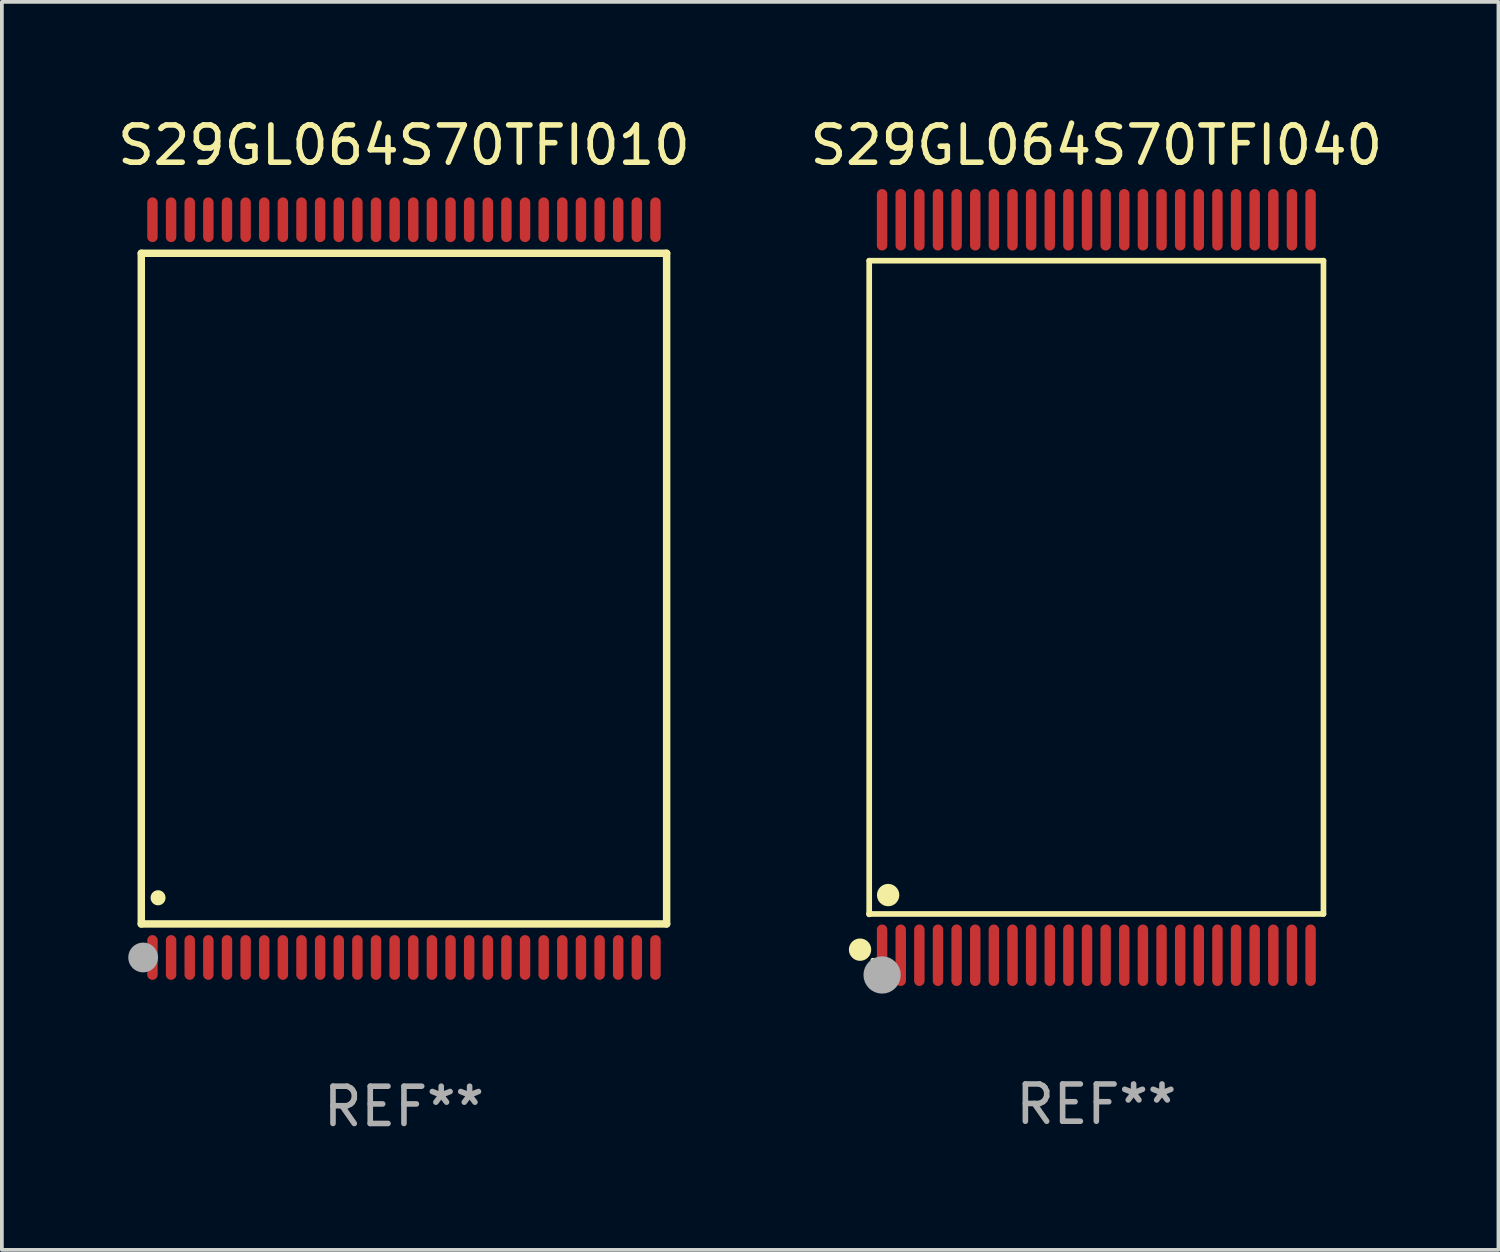
<source format=kicad_pcb>
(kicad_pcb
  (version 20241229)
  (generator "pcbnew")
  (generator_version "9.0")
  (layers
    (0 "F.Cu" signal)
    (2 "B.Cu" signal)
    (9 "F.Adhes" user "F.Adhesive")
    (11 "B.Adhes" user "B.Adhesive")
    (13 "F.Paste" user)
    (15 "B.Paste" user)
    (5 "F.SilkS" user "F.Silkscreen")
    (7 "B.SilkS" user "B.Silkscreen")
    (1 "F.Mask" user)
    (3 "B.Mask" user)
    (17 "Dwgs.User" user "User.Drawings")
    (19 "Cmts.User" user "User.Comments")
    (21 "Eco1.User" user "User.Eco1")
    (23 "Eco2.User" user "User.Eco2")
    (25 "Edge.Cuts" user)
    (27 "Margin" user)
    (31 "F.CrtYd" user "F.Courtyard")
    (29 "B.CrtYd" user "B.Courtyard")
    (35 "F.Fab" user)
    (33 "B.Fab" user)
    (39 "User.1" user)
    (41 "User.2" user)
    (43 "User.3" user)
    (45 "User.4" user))
  (footprint "S29GL064S70TFI010"
    (layer "F.Cu")
    (at 7.792 12.748)
    (property "Reference" "S29GL064S70TFI010" (at 0 -11.9 0) (layer "F.SilkS") (effects (font (size 1 1) (thickness 0.15))))
    (attr through_hole)
    (fp_line (start -7.05 -9) (end 7.05 -9) (stroke (width 0.2) (type solid)) (layer "F.SilkS"))
    (fp_line (start -7.05 9) (end -7.05 -9) (stroke (width 0.2) (type solid)) (layer "F.SilkS"))
    (fp_line (start 7.05 9) (end -7.05 9) (stroke (width 0.2) (type solid)) (layer "F.SilkS"))
    (fp_line (start 7.05 9) (end 7.05 -9) (stroke (width 0.2) (type solid)) (layer "F.SilkS"))
    (fp_arc (start -6.600025 8.300025) (mid -6.600041 8.297485) (end -6.600025 8.294945) (stroke (width 0.4) (type solid)) (layer "F.SilkS"))
    (fp_circle (center -7 10) (end -6.97 10) (stroke (width 0.06) (type solid)) (fill no) (layer "F.SilkS"))
    (fp_circle (center -7 9.9) (end -6.8 9.9) (stroke (width 0.4) (type solid)) (fill no) (layer "F.Fab"))
    (fp_text user "REF**" (at 0 13.9 0) (layer "F.Fab") (effects (font (size 1 1) (thickness 0.15))))
    (pad "1" smd oval (at -6.75 9.9) (size 0.28 1.2) (layers "F.Cu" "F.Mask" "F.Paste"))
    (pad "2" smd oval (at -6.25 9.9) (size 0.28 1.2) (layers "F.Cu" "F.Mask" "F.Paste"))
    (pad "3" smd oval (at -5.75 9.9) (size 0.28 1.2) (layers "F.Cu" "F.Mask" "F.Paste"))
    (pad "4" smd oval (at -5.25 9.9) (size 0.28 1.2) (layers "F.Cu" "F.Mask" "F.Paste"))
    (pad "5" smd oval (at -4.75 9.9) (size 0.28 1.2) (layers "F.Cu" "F.Mask" "F.Paste"))
    (pad "6" smd oval (at -4.25 9.9) (size 0.28 1.2) (layers "F.Cu" "F.Mask" "F.Paste"))
    (pad "7" smd oval (at -3.75 9.9) (size 0.28 1.2) (layers "F.Cu" "F.Mask" "F.Paste"))
    (pad "8" smd oval (at -3.25 9.9) (size 0.28 1.2) (layers "F.Cu" "F.Mask" "F.Paste"))
    (pad "9" smd oval (at -2.75 9.9) (size 0.28 1.2) (layers "F.Cu" "F.Mask" "F.Paste"))
    (pad "10" smd oval (at -2.25 9.9) (size 0.28 1.2) (layers "F.Cu" "F.Mask" "F.Paste"))
    (pad "11" smd oval (at -1.75 9.9) (size 0.28 1.2) (layers "F.Cu" "F.Mask" "F.Paste"))
    (pad "12" smd oval (at -1.25 9.9) (size 0.28 1.2) (layers "F.Cu" "F.Mask" "F.Paste"))
    (pad "13" smd oval (at -0.75 9.9) (size 0.28 1.2) (layers "F.Cu" "F.Mask" "F.Paste"))
    (pad "14" smd oval (at -0.25 9.9) (size 0.28 1.2) (layers "F.Cu" "F.Mask" "F.Paste"))
    (pad "15" smd oval (at 0.25 9.9) (size 0.28 1.2) (layers "F.Cu" "F.Mask" "F.Paste"))
    (pad "16" smd oval (at 0.75 9.9) (size 0.28 1.2) (layers "F.Cu" "F.Mask" "F.Paste"))
    (pad "17" smd oval (at 1.25 9.9) (size 0.28 1.2) (layers "F.Cu" "F.Mask" "F.Paste"))
    (pad "18" smd oval (at 1.75 9.9) (size 0.28 1.2) (layers "F.Cu" "F.Mask" "F.Paste"))
    (pad "19" smd oval (at 2.25 9.9) (size 0.28 1.2) (layers "F.Cu" "F.Mask" "F.Paste"))
    (pad "20" smd oval (at 2.75 9.9) (size 0.28 1.2) (layers "F.Cu" "F.Mask" "F.Paste"))
    (pad "21" smd oval (at 3.25 9.9) (size 0.28 1.2) (layers "F.Cu" "F.Mask" "F.Paste"))
    (pad "22" smd oval (at 3.75 9.9) (size 0.28 1.2) (layers "F.Cu" "F.Mask" "F.Paste"))
    (pad "23" smd oval (at 4.25 9.9) (size 0.28 1.2) (layers "F.Cu" "F.Mask" "F.Paste"))
    (pad "24" smd oval (at 4.75 9.9) (size 0.28 1.2) (layers "F.Cu" "F.Mask" "F.Paste"))
    (pad "25" smd oval (at 5.25 9.9) (size 0.28 1.2) (layers "F.Cu" "F.Mask" "F.Paste"))
    (pad "26" smd oval (at 5.75 9.9) (size 0.28 1.2) (layers "F.Cu" "F.Mask" "F.Paste"))
    (pad "27" smd oval (at 6.25 9.9) (size 0.28 1.2) (layers "F.Cu" "F.Mask" "F.Paste"))
    (pad "28" smd oval (at 6.75 9.9) (size 0.28 1.2) (layers "F.Cu" "F.Mask" "F.Paste"))
    (pad "29" smd oval (at 6.75 -9.9) (size 0.28 1.2) (layers "F.Cu" "F.Mask" "F.Paste"))
    (pad "30" smd oval (at 6.25 -9.9) (size 0.28 1.2) (layers "F.Cu" "F.Mask" "F.Paste"))
    (pad "31" smd oval (at 5.75 -9.9) (size 0.28 1.2) (layers "F.Cu" "F.Mask" "F.Paste"))
    (pad "32" smd oval (at 5.25 -9.9) (size 0.28 1.2) (layers "F.Cu" "F.Mask" "F.Paste"))
    (pad "33" smd oval (at 4.75 -9.9) (size 0.28 1.2) (layers "F.Cu" "F.Mask" "F.Paste"))
    (pad "34" smd oval (at 4.25 -9.9) (size 0.28 1.2) (layers "F.Cu" "F.Mask" "F.Paste"))
    (pad "35" smd oval (at 3.75 -9.9) (size 0.28 1.2) (layers "F.Cu" "F.Mask" "F.Paste"))
    (pad "36" smd oval (at 3.25 -9.9) (size 0.28 1.2) (layers "F.Cu" "F.Mask" "F.Paste"))
    (pad "37" smd oval (at 2.75 -9.9) (size 0.28 1.2) (layers "F.Cu" "F.Mask" "F.Paste"))
    (pad "38" smd oval (at 2.25 -9.9) (size 0.28 1.2) (layers "F.Cu" "F.Mask" "F.Paste"))
    (pad "39" smd oval (at 1.75 -9.9) (size 0.28 1.2) (layers "F.Cu" "F.Mask" "F.Paste"))
    (pad "40" smd oval (at 1.25 -9.9) (size 0.28 1.2) (layers "F.Cu" "F.Mask" "F.Paste"))
    (pad "41" smd oval (at 0.75 -9.9) (size 0.28 1.2) (layers "F.Cu" "F.Mask" "F.Paste"))
    (pad "42" smd oval (at 0.25 -9.9) (size 0.28 1.2) (layers "F.Cu" "F.Mask" "F.Paste"))
    (pad "43" smd oval (at -0.25 -9.9) (size 0.28 1.2) (layers "F.Cu" "F.Mask" "F.Paste"))
    (pad "44" smd oval (at -0.75 -9.9) (size 0.28 1.2) (layers "F.Cu" "F.Mask" "F.Paste"))
    (pad "45" smd oval (at -1.25 -9.9) (size 0.28 1.2) (layers "F.Cu" "F.Mask" "F.Paste"))
    (pad "46" smd oval (at -1.75 -9.9) (size 0.28 1.2) (layers "F.Cu" "F.Mask" "F.Paste"))
    (pad "47" smd oval (at -2.25 -9.9) (size 0.28 1.2) (layers "F.Cu" "F.Mask" "F.Paste"))
    (pad "48" smd oval (at -2.75 -9.9) (size 0.28 1.2) (layers "F.Cu" "F.Mask" "F.Paste"))
    (pad "49" smd oval (at -3.25 -9.9) (size 0.28 1.2) (layers "F.Cu" "F.Mask" "F.Paste"))
    (pad "50" smd oval (at -3.75 -9.9) (size 0.28 1.2) (layers "F.Cu" "F.Mask" "F.Paste"))
    (pad "51" smd oval (at -4.25 -9.9) (size 0.28 1.2) (layers "F.Cu" "F.Mask" "F.Paste"))
    (pad "52" smd oval (at -4.75 -9.9) (size 0.28 1.2) (layers "F.Cu" "F.Mask" "F.Paste"))
    (pad "53" smd oval (at -5.25 -9.9) (size 0.28 1.2) (layers "F.Cu" "F.Mask" "F.Paste"))
    (pad "54" smd oval (at -5.75 -9.9) (size 0.28 1.2) (layers "F.Cu" "F.Mask" "F.Paste"))
    (pad "55" smd oval (at -6.25 -9.9) (size 0.28 1.2) (layers "F.Cu" "F.Mask" "F.Paste"))
    (pad "56" smd oval (at -6.75 -9.9) (size 0.28 1.2) (layers "F.Cu" "F.Mask" "F.Paste")))
  (footprint "S29GL064S70TFI040"
    (layer "F.Cu")
    (at 26.375 12.718)
    (property "Reference" "S29GL064S70TFI040" (at 0 -11.87 0) (layer "F.SilkS") (effects (font (size 1 1) (thickness 0.15))))
    (attr through_hole)
    (fp_line (start -6.096 -8.771) (end 6.096 -8.771) (stroke (width 0.152) (type solid)) (layer "F.SilkS"))
    (fp_line (start -6.096 8.763) (end -6.096 8.771) (stroke (width 0.152) (type solid)) (layer "F.SilkS"))
    (fp_line (start -6.096 8.771) (end -6.096 -8.771) (stroke (width 0.152) (type solid)) (layer "F.SilkS"))
    (fp_line (start 6.096 -8.771) (end 6.096 8.763) (stroke (width 0.152) (type solid)) (layer "F.SilkS"))
    (fp_line (start 6.096 8.763) (end -6.096 8.763) (stroke (width 0.152) (type solid)) (layer "F.SilkS"))
    (fp_circle (center -6.342 9.72) (end -6.192 9.72) (stroke (width 0.3) (type solid)) (fill no) (layer "F.SilkS"))
    (fp_circle (center -6 10) (end -5.97 10) (stroke (width 0.06) (type solid)) (fill no) (layer "F.SilkS"))
    (fp_circle (center -5.588 8.255) (end -5.438 8.255) (stroke (width 0.3) (type solid)) (fill no) (layer "F.SilkS"))
    (fp_circle (center -5.75 10.4) (end -5.5 10.4) (stroke (width 0.5) (type solid)) (fill no) (layer "F.Fab"))
    (fp_text user "REF**" (at 0 13.87 0) (layer "F.Fab") (effects (font (size 1 1) (thickness 0.15))))
    (pad "1" smd oval (at -5.75 9.87) (size 0.28 1.65) (layers "F.Cu" "F.Mask" "F.Paste"))
    (pad "2" smd oval (at -5.25 9.87) (size 0.28 1.65) (layers "F.Cu" "F.Mask" "F.Paste"))
    (pad "3" smd oval (at -4.75 9.87) (size 0.28 1.65) (layers "F.Cu" "F.Mask" "F.Paste"))
    (pad "4" smd oval (at -4.25 9.87) (size 0.28 1.65) (layers "F.Cu" "F.Mask" "F.Paste"))
    (pad "5" smd oval (at -3.75 9.87) (size 0.28 1.65) (layers "F.Cu" "F.Mask" "F.Paste"))
    (pad "6" smd oval (at -3.25 9.87) (size 0.28 1.65) (layers "F.Cu" "F.Mask" "F.Paste"))
    (pad "7" smd oval (at -2.75 9.87) (size 0.28 1.65) (layers "F.Cu" "F.Mask" "F.Paste"))
    (pad "8" smd oval (at -2.25 9.87) (size 0.28 1.65) (layers "F.Cu" "F.Mask" "F.Paste"))
    (pad "9" smd oval (at -1.75 9.87) (size 0.28 1.65) (layers "F.Cu" "F.Mask" "F.Paste"))
    (pad "10" smd oval (at -1.25 9.87) (size 0.28 1.65) (layers "F.Cu" "F.Mask" "F.Paste"))
    (pad "11" smd oval (at -0.75 9.87) (size 0.28 1.65) (layers "F.Cu" "F.Mask" "F.Paste"))
    (pad "12" smd oval (at -0.25 9.87) (size 0.28 1.65) (layers "F.Cu" "F.Mask" "F.Paste"))
    (pad "13" smd oval (at 0.25 9.87) (size 0.28 1.65) (layers "F.Cu" "F.Mask" "F.Paste"))
    (pad "14" smd oval (at 0.75 9.87) (size 0.28 1.65) (layers "F.Cu" "F.Mask" "F.Paste"))
    (pad "15" smd oval (at 1.25 9.87) (size 0.28 1.65) (layers "F.Cu" "F.Mask" "F.Paste"))
    (pad "16" smd oval (at 1.75 9.87) (size 0.28 1.65) (layers "F.Cu" "F.Mask" "F.Paste"))
    (pad "17" smd oval (at 2.25 9.87) (size 0.28 1.65) (layers "F.Cu" "F.Mask" "F.Paste"))
    (pad "18" smd oval (at 2.75 9.87) (size 0.28 1.65) (layers "F.Cu" "F.Mask" "F.Paste"))
    (pad "19" smd oval (at 3.25 9.87) (size 0.28 1.65) (layers "F.Cu" "F.Mask" "F.Paste"))
    (pad "20" smd oval (at 3.75 9.87) (size 0.28 1.65) (layers "F.Cu" "F.Mask" "F.Paste"))
    (pad "21" smd oval (at 4.25 9.87) (size 0.28 1.65) (layers "F.Cu" "F.Mask" "F.Paste"))
    (pad "22" smd oval (at 4.75 9.87) (size 0.28 1.65) (layers "F.Cu" "F.Mask" "F.Paste"))
    (pad "23" smd oval (at 5.25 9.87) (size 0.28 1.65) (layers "F.Cu" "F.Mask" "F.Paste"))
    (pad "24" smd oval (at 5.75 9.87) (size 0.28 1.65) (layers "F.Cu" "F.Mask" "F.Paste"))
    (pad "25" smd oval (at 5.75 -9.87) (size 0.28 1.65) (layers "F.Cu" "F.Mask" "F.Paste"))
    (pad "26" smd oval (at 5.25 -9.87) (size 0.28 1.65) (layers "F.Cu" "F.Mask" "F.Paste"))
    (pad "27" smd oval (at 4.75 -9.87) (size 0.28 1.65) (layers "F.Cu" "F.Mask" "F.Paste"))
    (pad "28" smd oval (at 4.25 -9.87) (size 0.28 1.65) (layers "F.Cu" "F.Mask" "F.Paste"))
    (pad "29" smd oval (at 3.75 -9.87) (size 0.28 1.65) (layers "F.Cu" "F.Mask" "F.Paste"))
    (pad "30" smd oval (at 3.25 -9.87) (size 0.28 1.65) (layers "F.Cu" "F.Mask" "F.Paste"))
    (pad "31" smd oval (at 2.75 -9.87) (size 0.28 1.65) (layers "F.Cu" "F.Mask" "F.Paste"))
    (pad "32" smd oval (at 2.25 -9.87) (size 0.28 1.65) (layers "F.Cu" "F.Mask" "F.Paste"))
    (pad "33" smd oval (at 1.75 -9.87) (size 0.28 1.65) (layers "F.Cu" "F.Mask" "F.Paste"))
    (pad "34" smd oval (at 1.25 -9.87) (size 0.28 1.65) (layers "F.Cu" "F.Mask" "F.Paste"))
    (pad "35" smd oval (at 0.75 -9.87) (size 0.28 1.65) (layers "F.Cu" "F.Mask" "F.Paste"))
    (pad "36" smd oval (at 0.25 -9.87) (size 0.28 1.65) (layers "F.Cu" "F.Mask" "F.Paste"))
    (pad "37" smd oval (at -0.25 -9.87) (size 0.28 1.65) (layers "F.Cu" "F.Mask" "F.Paste"))
    (pad "38" smd oval (at -0.75 -9.87) (size 0.28 1.65) (layers "F.Cu" "F.Mask" "F.Paste"))
    (pad "39" smd oval (at -1.25 -9.87) (size 0.28 1.65) (layers "F.Cu" "F.Mask" "F.Paste"))
    (pad "40" smd oval (at -1.75 -9.87) (size 0.28 1.65) (layers "F.Cu" "F.Mask" "F.Paste"))
    (pad "41" smd oval (at -2.25 -9.87) (size 0.28 1.65) (layers "F.Cu" "F.Mask" "F.Paste"))
    (pad "42" smd oval (at -2.75 -9.87) (size 0.28 1.65) (layers "F.Cu" "F.Mask" "F.Paste"))
    (pad "43" smd oval (at -3.25 -9.87) (size 0.28 1.65) (layers "F.Cu" "F.Mask" "F.Paste"))
    (pad "44" smd oval (at -3.75 -9.87) (size 0.28 1.65) (layers "F.Cu" "F.Mask" "F.Paste"))
    (pad "45" smd oval (at -4.25 -9.87) (size 0.28 1.65) (layers "F.Cu" "F.Mask" "F.Paste"))
    (pad "46" smd oval (at -4.75 -9.87) (size 0.28 1.65) (layers "F.Cu" "F.Mask" "F.Paste"))
    (pad "47" smd oval (at -5.25 -9.87) (size 0.28 1.65) (layers "F.Cu" "F.Mask" "F.Paste"))
    (pad "48" smd oval (at -5.75 -9.87) (size 0.28 1.65) (layers "F.Cu" "F.Mask" "F.Paste")))
  (gr_rect
    (start -3 -3)
    (end 37.167 30.496)
    (stroke (width 0.1) (type default))
    (fill no)
    (layer "Edge.Cuts")))
</source>
